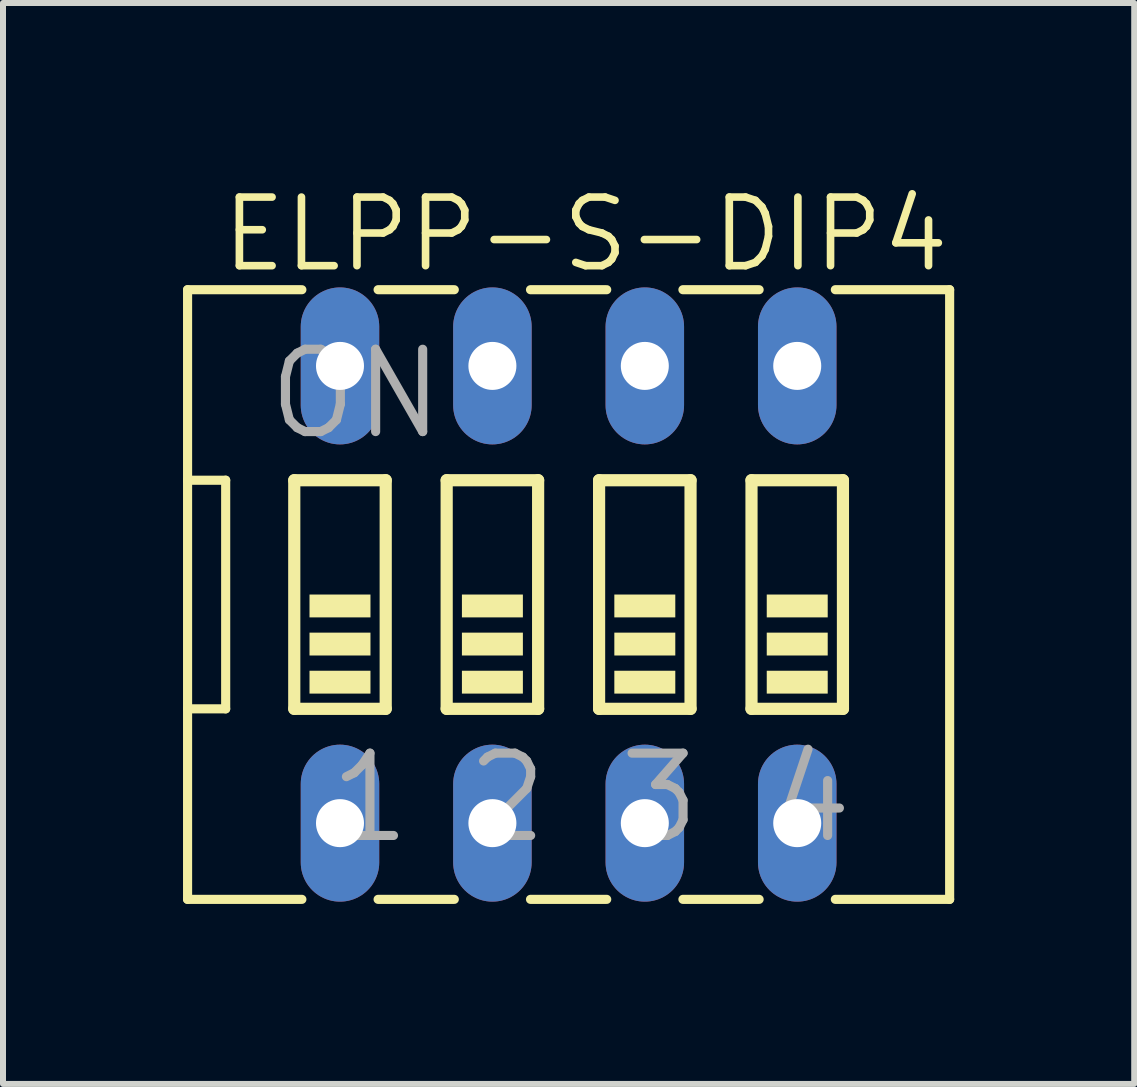
<source format=kicad_pcb>
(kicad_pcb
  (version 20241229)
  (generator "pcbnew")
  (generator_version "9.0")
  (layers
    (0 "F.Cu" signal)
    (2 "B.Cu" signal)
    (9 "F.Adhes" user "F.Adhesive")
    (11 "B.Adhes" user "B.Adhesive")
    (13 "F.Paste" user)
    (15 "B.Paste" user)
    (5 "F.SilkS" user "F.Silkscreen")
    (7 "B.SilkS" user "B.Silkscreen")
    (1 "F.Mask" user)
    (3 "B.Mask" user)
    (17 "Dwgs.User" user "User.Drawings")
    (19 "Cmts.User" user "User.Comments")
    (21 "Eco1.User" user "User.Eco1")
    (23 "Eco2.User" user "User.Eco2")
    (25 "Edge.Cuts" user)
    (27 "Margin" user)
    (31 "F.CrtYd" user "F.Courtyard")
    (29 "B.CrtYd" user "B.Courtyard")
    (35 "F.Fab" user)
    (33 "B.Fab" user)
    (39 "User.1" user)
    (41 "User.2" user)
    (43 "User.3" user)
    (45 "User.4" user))
  (footprint "ELPP-S-DIP4"
    (layer "F.Cu")
    (at 6.426 6.858)
    (property "Reference" "ELPP-S-DIP4" (at -5.842 -5.334 0) (unlocked yes) (layer "F.SilkS") (effects (font (size 1.143 1.143) (thickness 0.127)) (justify left bottom)))
    (fp_line (start -6.35 -5.08) (end -6.35 -1.905) (stroke (width 0.152) (type solid)) (layer "F.SilkS"))
    (fp_line (start -6.35 -5.08) (end -4.445 -5.08) (stroke (width 0.152) (type solid)) (layer "F.SilkS"))
    (fp_line (start -6.35 -1.905) (end -6.35 1.905) (stroke (width 0.152) (type solid)) (layer "F.SilkS"))
    (fp_line (start -6.35 -1.905) (end -5.715 -1.905) (stroke (width 0.152) (type solid)) (layer "F.SilkS"))
    (fp_line (start -6.35 1.905) (end -6.35 5.08) (stroke (width 0.152) (type solid)) (layer "F.SilkS"))
    (fp_line (start -6.35 5.08) (end -4.445 5.08) (stroke (width 0.152) (type solid)) (layer "F.SilkS"))
    (fp_line (start -5.715 -1.905) (end -5.715 1.905) (stroke (width 0.152) (type solid)) (layer "F.SilkS"))
    (fp_line (start -5.715 1.905) (end -6.35 1.905) (stroke (width 0.152) (type solid)) (layer "F.SilkS"))
    (fp_line (start -4.572 -1.905) (end -4.572 1.905) (stroke (width 0.203) (type solid)) (layer "F.SilkS"))
    (fp_line (start -4.572 -1.905) (end -3.048 -1.905) (stroke (width 0.203) (type solid)) (layer "F.SilkS"))
    (fp_line (start -3.175 -5.08) (end -1.905 -5.08) (stroke (width 0.152) (type solid)) (layer "F.SilkS"))
    (fp_line (start -3.175 5.08) (end -1.905 5.08) (stroke (width 0.152) (type solid)) (layer "F.SilkS"))
    (fp_line (start -3.048 1.905) (end -4.572 1.905) (stroke (width 0.203) (type solid)) (layer "F.SilkS"))
    (fp_line (start -3.048 1.905) (end -3.048 -1.905) (stroke (width 0.203) (type solid)) (layer "F.SilkS"))
    (fp_line (start -2.032 -1.905) (end -2.032 1.905) (stroke (width 0.203) (type solid)) (layer "F.SilkS"))
    (fp_line (start -2.032 -1.905) (end -0.508 -1.905) (stroke (width 0.203) (type solid)) (layer "F.SilkS"))
    (fp_line (start -0.635 -5.08) (end 0.635 -5.08) (stroke (width 0.152) (type solid)) (layer "F.SilkS"))
    (fp_line (start -0.635 5.08) (end 0.635 5.08) (stroke (width 0.152) (type solid)) (layer "F.SilkS"))
    (fp_line (start -0.508 1.905) (end -2.032 1.905) (stroke (width 0.203) (type solid)) (layer "F.SilkS"))
    (fp_line (start -0.508 1.905) (end -0.508 -1.905) (stroke (width 0.203) (type solid)) (layer "F.SilkS"))
    (fp_line (start 0.508 -1.905) (end 0.508 1.905) (stroke (width 0.203) (type solid)) (layer "F.SilkS"))
    (fp_line (start 0.508 -1.905) (end 2.032 -1.905) (stroke (width 0.203) (type solid)) (layer "F.SilkS"))
    (fp_line (start 1.905 -5.08) (end 3.175 -5.08) (stroke (width 0.152) (type solid)) (layer "F.SilkS"))
    (fp_line (start 1.905 5.08) (end 3.175 5.08) (stroke (width 0.152) (type solid)) (layer "F.SilkS"))
    (fp_line (start 2.032 1.905) (end 0.508 1.905) (stroke (width 0.203) (type solid)) (layer "F.SilkS"))
    (fp_line (start 2.032 1.905) (end 2.032 -1.905) (stroke (width 0.203) (type solid)) (layer "F.SilkS"))
    (fp_line (start 3.048 -1.905) (end 3.048 1.905) (stroke (width 0.203) (type solid)) (layer "F.SilkS"))
    (fp_line (start 3.048 -1.905) (end 4.572 -1.905) (stroke (width 0.203) (type solid)) (layer "F.SilkS"))
    (fp_line (start 4.445 -5.08) (end 6.35 -5.08) (stroke (width 0.152) (type solid)) (layer "F.SilkS"))
    (fp_line (start 4.445 5.08) (end 6.35 5.08) (stroke (width 0.152) (type solid)) (layer "F.SilkS"))
    (fp_line (start 4.572 1.905) (end 3.048 1.905) (stroke (width 0.203) (type solid)) (layer "F.SilkS"))
    (fp_line (start 4.572 1.905) (end 4.572 -1.905) (stroke (width 0.203) (type solid)) (layer "F.SilkS"))
    (fp_line (start 6.35 -5.08) (end 6.35 5.08) (stroke (width 0.152) (type solid)) (layer "F.SilkS"))
    (fp_poly (pts (xy -4.318 0.381) (xy -3.302 0.381) (xy -3.302 0) (xy -4.318 0)) (stroke (width 0) (type default)) (fill yes) (layer "F.SilkS"))
    (fp_poly (pts (xy -4.318 1.016) (xy -3.302 1.016) (xy -3.302 0.635) (xy -4.318 0.635)) (stroke (width 0) (type default)) (fill yes) (layer "F.SilkS"))
    (fp_poly (pts (xy -4.318 1.651) (xy -3.302 1.651) (xy -3.302 1.27) (xy -4.318 1.27)) (stroke (width 0) (type default)) (fill yes) (layer "F.SilkS"))
    (fp_poly (pts (xy -1.778 0.381) (xy -0.762 0.381) (xy -0.762 0) (xy -1.778 0)) (stroke (width 0) (type default)) (fill yes) (layer "F.SilkS"))
    (fp_poly (pts (xy -1.778 1.016) (xy -0.762 1.016) (xy -0.762 0.635) (xy -1.778 0.635)) (stroke (width 0) (type default)) (fill yes) (layer "F.SilkS"))
    (fp_poly (pts (xy -1.778 1.651) (xy -0.762 1.651) (xy -0.762 1.27) (xy -1.778 1.27)) (stroke (width 0) (type default)) (fill yes) (layer "F.SilkS"))
    (fp_poly (pts (xy 0.762 0.381) (xy 1.778 0.381) (xy 1.778 0) (xy 0.762 0)) (stroke (width 0) (type default)) (fill yes) (layer "F.SilkS"))
    (fp_poly (pts (xy 0.762 1.016) (xy 1.778 1.016) (xy 1.778 0.635) (xy 0.762 0.635)) (stroke (width 0) (type default)) (fill yes) (layer "F.SilkS"))
    (fp_poly (pts (xy 0.762 1.651) (xy 1.778 1.651) (xy 1.778 1.27) (xy 0.762 1.27)) (stroke (width 0) (type default)) (fill yes) (layer "F.SilkS"))
    (fp_poly (pts (xy 3.302 0.381) (xy 4.318 0.381) (xy 4.318 0) (xy 3.302 0)) (stroke (width 0) (type default)) (fill yes) (layer "F.SilkS"))
    (fp_poly (pts (xy 3.302 1.016) (xy 4.318 1.016) (xy 4.318 0.635) (xy 3.302 0.635)) (stroke (width 0) (type default)) (fill yes) (layer "F.SilkS"))
    (fp_poly (pts (xy 3.302 1.651) (xy 4.318 1.651) (xy 4.318 1.27) (xy 3.302 1.27)) (stroke (width 0) (type default)) (fill yes) (layer "F.SilkS"))
    (fp_text user "2" (at -1.778 4.191 0) (layer "F.Fab") (effects (font (size 1.372 1.372) (thickness 0.152)) (justify left bottom)))
    (fp_text user "3" (at 0.762 4.191 0) (layer "F.Fab") (effects (font (size 1.372 1.372) (thickness 0.152)) (justify left bottom)))
    (fp_text user "1" (at -4.064 4.191 0) (layer "F.Fab") (effects (font (size 1.372 1.372) (thickness 0.152)) (justify left bottom)))
    (fp_text user "ON" (at -5.08 -2.54 0) (layer "F.Fab") (effects (font (size 1.372 1.372) (thickness 0.152)) (justify left bottom)))
    (fp_text user "4" (at 3.302 4.191 0) (layer "F.Fab") (effects (font (size 1.372 1.372) (thickness 0.152)) (justify left bottom)))
    (pad "1" thru_hole oval (at -3.81 3.81 90) (size 2.616 1.308) (drill 0.8) (layers "*.Cu" "*.Mask"))
    (pad "2" thru_hole oval (at -1.27 3.81 90) (size 2.616 1.308) (drill 0.8) (layers "*.Cu" "*.Mask"))
    (pad "3" thru_hole oval (at 1.27 3.81 90) (size 2.616 1.308) (drill 0.8) (layers "*.Cu" "*.Mask"))
    (pad "4" thru_hole oval (at 3.81 3.81 90) (size 2.616 1.308) (drill 0.8) (layers "*.Cu" "*.Mask"))
    (pad "13" thru_hole oval (at 3.81 -3.81 90) (size 2.616 1.308) (drill 0.8) (layers "*.Cu" "*.Mask"))
    (pad "14" thru_hole oval (at 1.27 -3.81 90) (size 2.616 1.308) (drill 0.8) (layers "*.Cu" "*.Mask"))
    (pad "15" thru_hole oval (at -1.27 -3.81 90) (size 2.616 1.308) (drill 0.8) (layers "*.Cu" "*.Mask"))
    (pad "16" thru_hole oval (at -3.81 -3.81 90) (size 2.616 1.308) (drill 0.8) (layers "*.Cu" "*.Mask")))
  (gr_rect
    (start -3 -3)
    (end 15.852 15.014)
    (stroke (width 0.1) (type default))
    (fill no)
    (layer "Edge.Cuts")))
</source>
